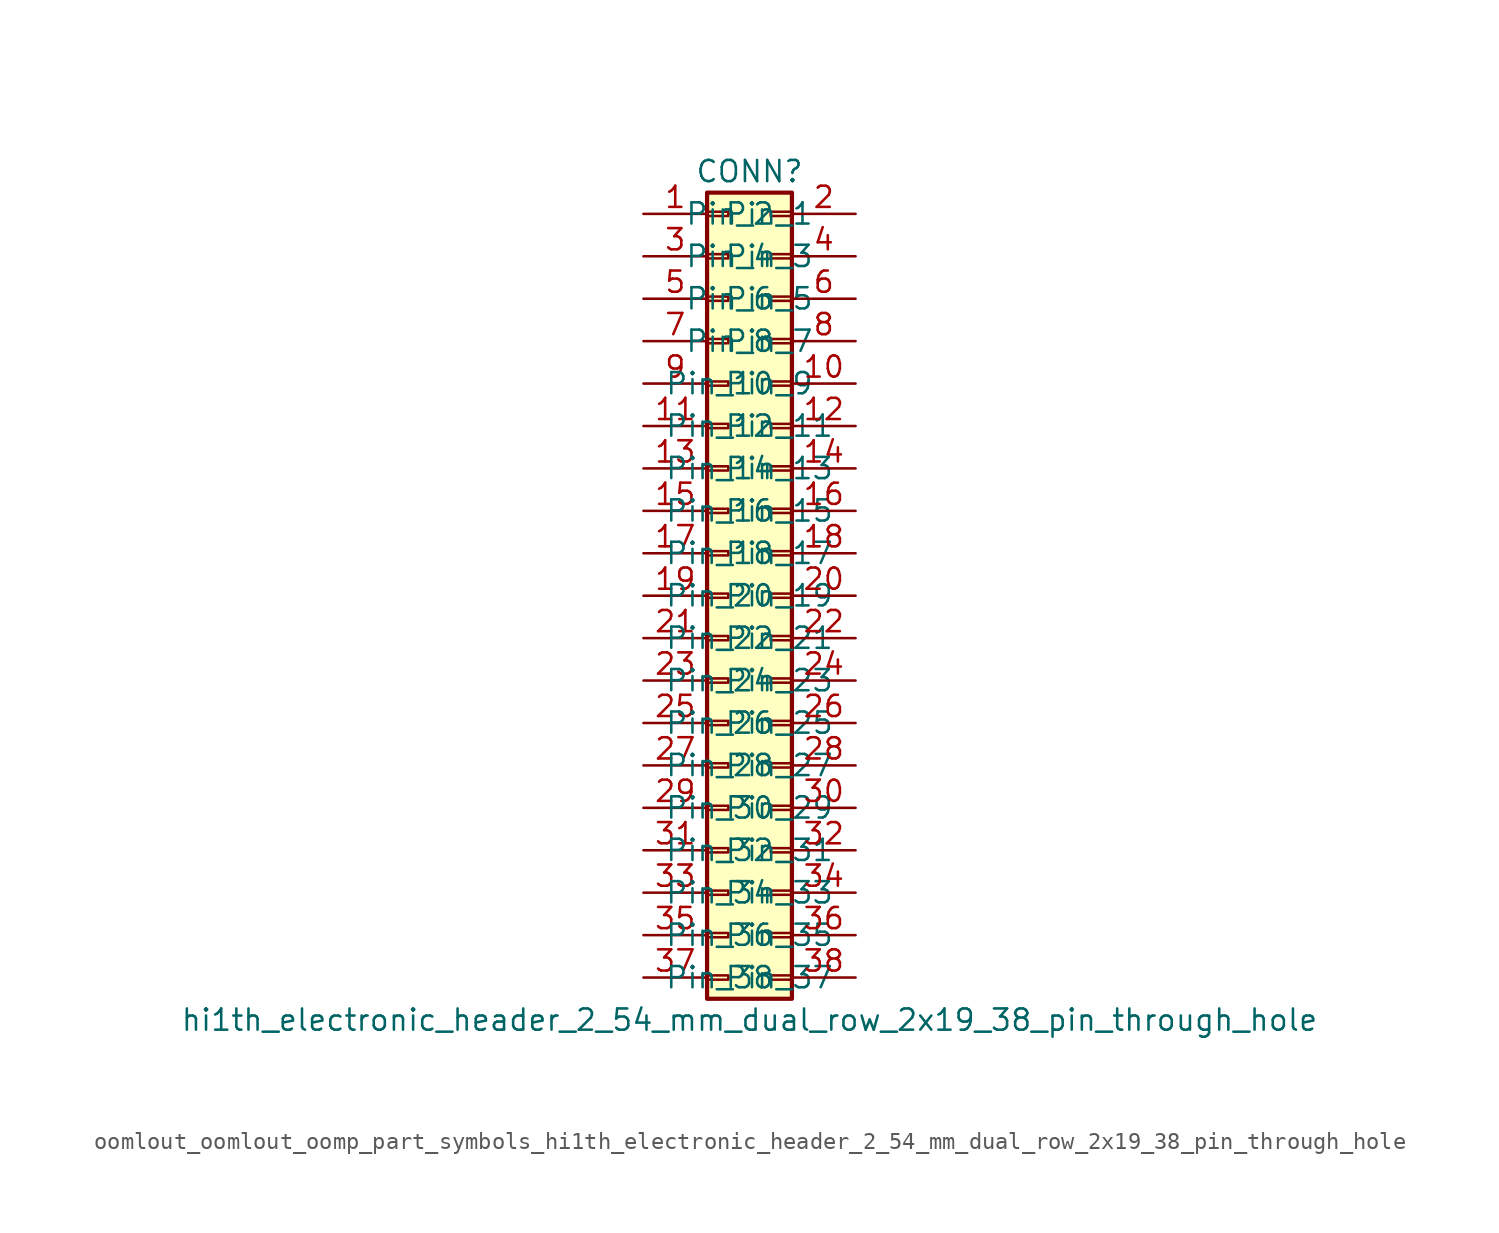
<source format=kicad_sym>
(kicad_symbol_lib
  (version 20220914)
  (generator kicad_symbol_editor)
  (symbol "oomlout_oomlout_oomp_part_symbols_hi1th_electronic_header_2_54_mm_dual_row_2x19_38_pin_through_hole"
    (pin_names
      (offset 1.016))
    (property "Reference" "CONN"
      (at 1.27 25.4 0)
      (effects (font (size 1.27 1.27))))
    (property "Value" "hi1th_electronic_header_2_54_mm_dual_row_2x19_38_pin_through_hole"
      (at 1.27 -25.4 0)
      (effects (font (size 1.27 1.27))))
    (symbol "oomlout_oomlout_oomp_part_symbols_hi1th_electronic_header_2_54_mm_dual_row_2x19_38_pin_through_hole_1_1"
      (rectangle (start -1.27 -22.733) (end 0 -22.987) (stroke (width 0.152) (type default)) (fill (type none)))
      (rectangle (start -1.27 -20.193) (end 0 -20.447) (stroke (width 0.152) (type default)) (fill (type none)))
      (rectangle (start -1.27 -17.653) (end 0 -17.907) (stroke (width 0.152) (type default)) (fill (type none)))
      (rectangle (start -1.27 -15.113) (end 0 -15.367) (stroke (width 0.152) (type default)) (fill (type none)))
      (rectangle (start -1.27 -12.573) (end 0 -12.827) (stroke (width 0.152) (type default)) (fill (type none)))
      (rectangle (start -1.27 -10.033) (end 0 -10.287) (stroke (width 0.152) (type default)) (fill (type none)))
      (rectangle (start -1.27 -7.493) (end 0 -7.747) (stroke (width 0.152) (type default)) (fill (type none)))
      (rectangle (start -1.27 -4.953) (end 0 -5.207) (stroke (width 0.152) (type default)) (fill (type none)))
      (rectangle (start -1.27 -2.413) (end 0 -2.667) (stroke (width 0.152) (type default)) (fill (type none)))
      (rectangle (start -1.27 0.127) (end 0 -0.127) (stroke (width 0.152) (type default)) (fill (type none)))
      (rectangle (start -1.27 2.667) (end 0 2.413) (stroke (width 0.152) (type default)) (fill (type none)))
      (rectangle (start -1.27 5.207) (end 0 4.953) (stroke (width 0.152) (type default)) (fill (type none)))
      (rectangle (start -1.27 7.747) (end 0 7.493) (stroke (width 0.152) (type default)) (fill (type none)))
      (rectangle (start -1.27 10.287) (end 0 10.033) (stroke (width 0.152) (type default)) (fill (type none)))
      (rectangle (start -1.27 12.827) (end 0 12.573) (stroke (width 0.152) (type default)) (fill (type none)))
      (rectangle (start -1.27 15.367) (end 0 15.113) (stroke (width 0.152) (type default)) (fill (type none)))
      (rectangle (start -1.27 17.907) (end 0 17.653) (stroke (width 0.152) (type default)) (fill (type none)))
      (rectangle (start -1.27 20.447) (end 0 20.193) (stroke (width 0.152) (type default)) (fill (type none)))
      (rectangle (start -1.27 22.987) (end 0 22.733) (stroke (width 0.152) (type default)) (fill (type none)))
      (rectangle (start -1.27 24.13) (end 3.81 -24.13) (stroke (width 0.254) (type default)) (fill (type background)))
      (rectangle (start 3.81 -22.733) (end 2.54 -22.987) (stroke (width 0.152) (type default)) (fill (type none)))
      (rectangle (start 3.81 -20.193) (end 2.54 -20.447) (stroke (width 0.152) (type default)) (fill (type none)))
      (rectangle (start 3.81 -17.653) (end 2.54 -17.907) (stroke (width 0.152) (type default)) (fill (type none)))
      (rectangle (start 3.81 -15.113) (end 2.54 -15.367) (stroke (width 0.152) (type default)) (fill (type none)))
      (rectangle (start 3.81 -12.573) (end 2.54 -12.827) (stroke (width 0.152) (type default)) (fill (type none)))
      (rectangle (start 3.81 -10.033) (end 2.54 -10.287) (stroke (width 0.152) (type default)) (fill (type none)))
      (rectangle (start 3.81 -7.493) (end 2.54 -7.747) (stroke (width 0.152) (type default)) (fill (type none)))
      (rectangle (start 3.81 -4.953) (end 2.54 -5.207) (stroke (width 0.152) (type default)) (fill (type none)))
      (rectangle (start 3.81 -2.413) (end 2.54 -2.667) (stroke (width 0.152) (type default)) (fill (type none)))
      (rectangle (start 3.81 0.127) (end 2.54 -0.127) (stroke (width 0.152) (type default)) (fill (type none)))
      (rectangle (start 3.81 2.667) (end 2.54 2.413) (stroke (width 0.152) (type default)) (fill (type none)))
      (rectangle (start 3.81 5.207) (end 2.54 4.953) (stroke (width 0.152) (type default)) (fill (type none)))
      (rectangle (start 3.81 7.747) (end 2.54 7.493) (stroke (width 0.152) (type default)) (fill (type none)))
      (rectangle (start 3.81 10.287) (end 2.54 10.033) (stroke (width 0.152) (type default)) (fill (type none)))
      (rectangle (start 3.81 12.827) (end 2.54 12.573) (stroke (width 0.152) (type default)) (fill (type none)))
      (rectangle (start 3.81 15.367) (end 2.54 15.113) (stroke (width 0.152) (type default)) (fill (type none)))
      (rectangle (start 3.81 17.907) (end 2.54 17.653) (stroke (width 0.152) (type default)) (fill (type none)))
      (rectangle (start 3.81 20.447) (end 2.54 20.193) (stroke (width 0.152) (type default)) (fill (type none)))
      (rectangle (start 3.81 22.987) (end 2.54 22.733) (stroke (width 0.152) (type default)) (fill (type none)))
      (pin passive line (at -5.08 22.86 0) (length 3.81) (name "Pin_1" (effects (font (size 1.27 1.27)))) (number "1" (effects (font (size 1.27 1.27)))))
      (pin passive line (at 7.62 12.7 180) (length 3.81) (name "Pin_10" (effects (font (size 1.27 1.27)))) (number "10" (effects (font (size 1.27 1.27)))))
      (pin passive line (at -5.08 10.16 0) (length 3.81) (name "Pin_11" (effects (font (size 1.27 1.27)))) (number "11" (effects (font (size 1.27 1.27)))))
      (pin passive line (at 7.62 10.16 180) (length 3.81) (name "Pin_12" (effects (font (size 1.27 1.27)))) (number "12" (effects (font (size 1.27 1.27)))))
      (pin passive line (at -5.08 7.62 0) (length 3.81) (name "Pin_13" (effects (font (size 1.27 1.27)))) (number "13" (effects (font (size 1.27 1.27)))))
      (pin passive line (at 7.62 7.62 180) (length 3.81) (name "Pin_14" (effects (font (size 1.27 1.27)))) (number "14" (effects (font (size 1.27 1.27)))))
      (pin passive line (at -5.08 5.08 0) (length 3.81) (name "Pin_15" (effects (font (size 1.27 1.27)))) (number "15" (effects (font (size 1.27 1.27)))))
      (pin passive line (at 7.62 5.08 180) (length 3.81) (name "Pin_16" (effects (font (size 1.27 1.27)))) (number "16" (effects (font (size 1.27 1.27)))))
      (pin passive line (at -5.08 2.54 0) (length 3.81) (name "Pin_17" (effects (font (size 1.27 1.27)))) (number "17" (effects (font (size 1.27 1.27)))))
      (pin passive line (at 7.62 2.54 180) (length 3.81) (name "Pin_18" (effects (font (size 1.27 1.27)))) (number "18" (effects (font (size 1.27 1.27)))))
      (pin passive line (at -5.08 0 0) (length 3.81) (name "Pin_19" (effects (font (size 1.27 1.27)))) (number "19" (effects (font (size 1.27 1.27)))))
      (pin passive line (at 7.62 22.86 180) (length 3.81) (name "Pin_2" (effects (font (size 1.27 1.27)))) (number "2" (effects (font (size 1.27 1.27)))))
      (pin passive line (at 7.62 0 180) (length 3.81) (name "Pin_20" (effects (font (size 1.27 1.27)))) (number "20" (effects (font (size 1.27 1.27)))))
      (pin passive line (at -5.08 -2.54 0) (length 3.81) (name "Pin_21" (effects (font (size 1.27 1.27)))) (number "21" (effects (font (size 1.27 1.27)))))
      (pin passive line (at 7.62 -2.54 180) (length 3.81) (name "Pin_22" (effects (font (size 1.27 1.27)))) (number "22" (effects (font (size 1.27 1.27)))))
      (pin passive line (at -5.08 -5.08 0) (length 3.81) (name "Pin_23" (effects (font (size 1.27 1.27)))) (number "23" (effects (font (size 1.27 1.27)))))
      (pin passive line (at 7.62 -5.08 180) (length 3.81) (name "Pin_24" (effects (font (size 1.27 1.27)))) (number "24" (effects (font (size 1.27 1.27)))))
      (pin passive line (at -5.08 -7.62 0) (length 3.81) (name "Pin_25" (effects (font (size 1.27 1.27)))) (number "25" (effects (font (size 1.27 1.27)))))
      (pin passive line (at 7.62 -7.62 180) (length 3.81) (name "Pin_26" (effects (font (size 1.27 1.27)))) (number "26" (effects (font (size 1.27 1.27)))))
      (pin passive line (at -5.08 -10.16 0) (length 3.81) (name "Pin_27" (effects (font (size 1.27 1.27)))) (number "27" (effects (font (size 1.27 1.27)))))
      (pin passive line (at 7.62 -10.16 180) (length 3.81) (name "Pin_28" (effects (font (size 1.27 1.27)))) (number "28" (effects (font (size 1.27 1.27)))))
      (pin passive line (at -5.08 -12.7 0) (length 3.81) (name "Pin_29" (effects (font (size 1.27 1.27)))) (number "29" (effects (font (size 1.27 1.27)))))
      (pin passive line (at -5.08 20.32 0) (length 3.81) (name "Pin_3" (effects (font (size 1.27 1.27)))) (number "3" (effects (font (size 1.27 1.27)))))
      (pin passive line (at 7.62 -12.7 180) (length 3.81) (name "Pin_30" (effects (font (size 1.27 1.27)))) (number "30" (effects (font (size 1.27 1.27)))))
      (pin passive line (at -5.08 -15.24 0) (length 3.81) (name "Pin_31" (effects (font (size 1.27 1.27)))) (number "31" (effects (font (size 1.27 1.27)))))
      (pin passive line (at 7.62 -15.24 180) (length 3.81) (name "Pin_32" (effects (font (size 1.27 1.27)))) (number "32" (effects (font (size 1.27 1.27)))))
      (pin passive line (at -5.08 -17.78 0) (length 3.81) (name "Pin_33" (effects (font (size 1.27 1.27)))) (number "33" (effects (font (size 1.27 1.27)))))
      (pin passive line (at 7.62 -17.78 180) (length 3.81) (name "Pin_34" (effects (font (size 1.27 1.27)))) (number "34" (effects (font (size 1.27 1.27)))))
      (pin passive line (at -5.08 -20.32 0) (length 3.81) (name "Pin_35" (effects (font (size 1.27 1.27)))) (number "35" (effects (font (size 1.27 1.27)))))
      (pin passive line (at 7.62 -20.32 180) (length 3.81) (name "Pin_36" (effects (font (size 1.27 1.27)))) (number "36" (effects (font (size 1.27 1.27)))))
      (pin passive line (at -5.08 -22.86 0) (length 3.81) (name "Pin_37" (effects (font (size 1.27 1.27)))) (number "37" (effects (font (size 1.27 1.27)))))
      (pin passive line (at 7.62 -22.86 180) (length 3.81) (name "Pin_38" (effects (font (size 1.27 1.27)))) (number "38" (effects (font (size 1.27 1.27)))))
      (pin passive line (at 7.62 20.32 180) (length 3.81) (name "Pin_4" (effects (font (size 1.27 1.27)))) (number "4" (effects (font (size 1.27 1.27)))))
      (pin passive line (at -5.08 17.78 0) (length 3.81) (name "Pin_5" (effects (font (size 1.27 1.27)))) (number "5" (effects (font (size 1.27 1.27)))))
      (pin passive line (at 7.62 17.78 180) (length 3.81) (name "Pin_6" (effects (font (size 1.27 1.27)))) (number "6" (effects (font (size 1.27 1.27)))))
      (pin passive line (at -5.08 15.24 0) (length 3.81) (name "Pin_7" (effects (font (size 1.27 1.27)))) (number "7" (effects (font (size 1.27 1.27)))))
      (pin passive line (at 7.62 15.24 180) (length 3.81) (name "Pin_8" (effects (font (size 1.27 1.27)))) (number "8" (effects (font (size 1.27 1.27)))))
      (pin passive line (at -5.08 12.7 0) (length 3.81) (name "Pin_9" (effects (font (size 1.27 1.27)))) (number "9" (effects (font (size 1.27 1.27))))))))
</source>
